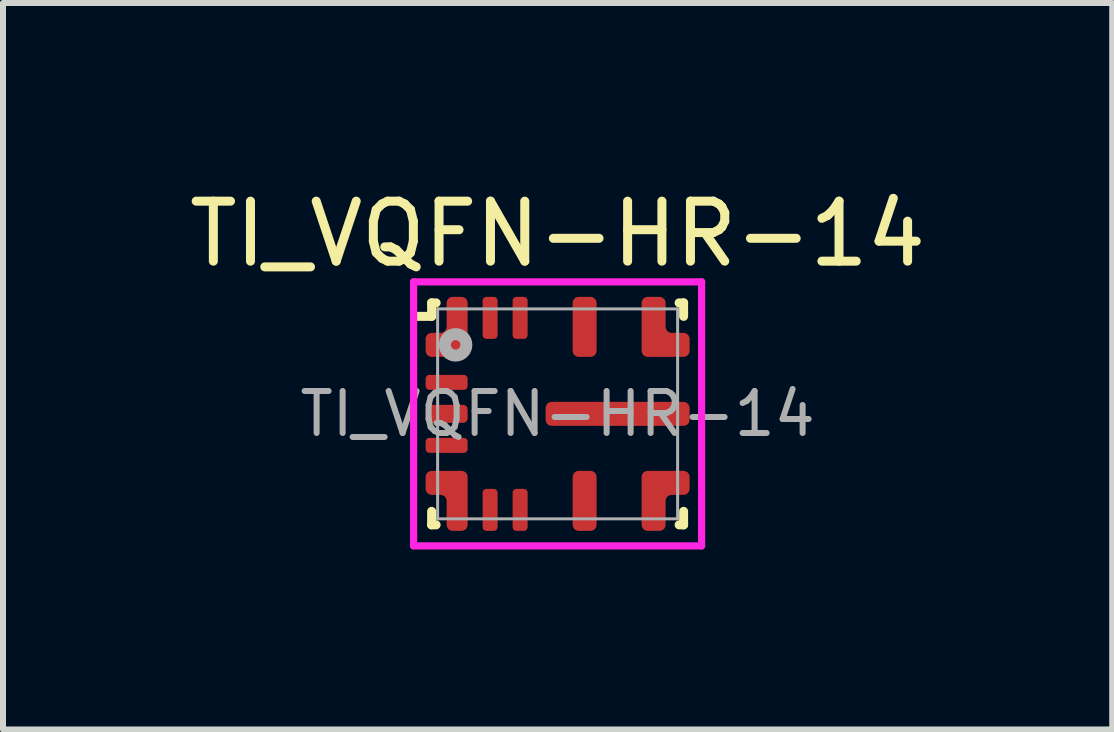
<source format=kicad_pcb>
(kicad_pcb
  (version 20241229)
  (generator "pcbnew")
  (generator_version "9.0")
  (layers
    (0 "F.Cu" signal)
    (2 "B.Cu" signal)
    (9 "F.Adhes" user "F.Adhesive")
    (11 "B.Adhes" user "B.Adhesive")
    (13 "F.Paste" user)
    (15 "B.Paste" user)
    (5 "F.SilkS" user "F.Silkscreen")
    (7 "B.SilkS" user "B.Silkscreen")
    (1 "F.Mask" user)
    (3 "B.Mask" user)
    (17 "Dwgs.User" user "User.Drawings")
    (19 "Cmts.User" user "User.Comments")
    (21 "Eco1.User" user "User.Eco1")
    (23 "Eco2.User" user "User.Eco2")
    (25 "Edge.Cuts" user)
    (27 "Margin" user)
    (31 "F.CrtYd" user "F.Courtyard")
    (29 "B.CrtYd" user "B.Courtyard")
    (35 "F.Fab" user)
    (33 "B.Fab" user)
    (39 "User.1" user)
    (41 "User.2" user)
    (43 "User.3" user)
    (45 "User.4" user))
  (footprint "TI_VQFN-HR-14"
    (layer "F.Cu")
    (at 6.244 3.848)
    (property "Reference" "TI_VQFN-HR-14" (at 0 -3 0) (layer "F.SilkS") (effects (font (size 1 1) (thickness 0.15))))
    (attr smd)
    (fp_line (start -2.375 -1.625) (end -2.1 -1.625) (stroke (width 0.15) (type solid)) (layer "F.SilkS"))
    (fp_line (start -2.1 -1.85) (end -2.1 -1.625) (stroke (width 0.15) (type solid)) (layer "F.SilkS"))
    (fp_line (start -2.1 1.85) (end -2.1 1.625) (stroke (width 0.15) (type solid)) (layer "F.SilkS"))
    (fp_line (start -2.1 1.85) (end -2.025 1.85) (stroke (width 0.15) (type solid)) (layer "F.SilkS"))
    (fp_line (start -2.025 -1.85) (end -2.1 -1.85) (stroke (width 0.15) (type solid)) (layer "F.SilkS"))
    (fp_line (start 2.025 -1.85) (end 2.1 -1.85) (stroke (width 0.15) (type solid)) (layer "F.SilkS"))
    (fp_line (start 2.025 1.85) (end 2.1 1.85) (stroke (width 0.15) (type solid)) (layer "F.SilkS"))
    (fp_line (start 2.1 -1.85) (end 2.1 -1.625) (stroke (width 0.15) (type solid)) (layer "F.SilkS"))
    (fp_line (start 2.1 1.85) (end 2.1 1.625) (stroke (width 0.15) (type solid)) (layer "F.SilkS"))
    (fp_line (start -2.4 -2.2) (end -2.4 2.2) (stroke (width 0.12) (type solid)) (layer "F.CrtYd"))
    (fp_line (start -2.4 2.2) (end 2.4 2.2) (stroke (width 0.12) (type solid)) (layer "F.CrtYd"))
    (fp_line (start 2.4 -2.2) (end -2.4 -2.2) (stroke (width 0.12) (type solid)) (layer "F.CrtYd"))
    (fp_line (start 2.4 2.2) (end 2.4 -2.2) (stroke (width 0.12) (type solid)) (layer "F.CrtYd"))
    (fp_line (start -2 -1.75) (end -2 1.75) (stroke (width 0.05) (type solid)) (layer "F.Fab"))
    (fp_line (start -2 1.75) (end 2 1.75) (stroke (width 0.05) (type solid)) (layer "F.Fab"))
    (fp_line (start 2 -1.75) (end -2 -1.75) (stroke (width 0.05) (type solid)) (layer "F.Fab"))
    (fp_line (start 2 1.75) (end 2 -1.75) (stroke (width 0.05) (type solid)) (layer "F.Fab"))
    (fp_circle (center -1.7 -1.15) (end -1.621 -1.15) (stroke (width 0.2) (type solid)) (fill no) (layer "F.Fab"))
    (fp_text user "${REFERENCE}" (at 0 0 0) (layer "F.Fab") (effects (font (size 0.7 0.7) (thickness 0.1))))
    (pad "" smd custom (at -1.65 -1.45) (size 0.3 0.3) (layers "F.Paste") (options (anchor circle)) (primitives (gr_poly (pts (xy -0.15 -0.4) (xy -0.15 -0.41) (xy -0.14 -0.44) (xy -0.13 -0.46) (xy -0.11 -0.48) (xy -0.09 -0.49) (xy -0.06 -0.5) (xy -0.05 -0.5) (xy 0.1 -0.4)) (width 0) (fill yes)) (gr_poly (pts (xy 0.15 -0.4) (xy -0.15 -0.4) (xy -0.15 0.06) (xy -0.16 0.09) (xy -0.17 0.11) (xy -0.19 0.13) (xy -0.21 0.14) (xy -0.24 0.15) (xy -0.45 0.15) (xy -0.45 0.4) (xy 0.05 0.5)) (width 0) (fill yes)) (gr_poly (pts (xy -0.55 0.4) (xy -0.55 0.24) (xy -0.54 0.21) (xy -0.53 0.19) (xy -0.51 0.17) (xy -0.49 0.16) (xy -0.46 0.15) (xy -0.45 0.15) (xy -0.45 0.45)) (width 0) (fill yes)) (gr_poly (pts (xy 0.15 -0.4) (xy 0.15 0.41) (xy 0.14 0.44) (xy 0.13 0.46) (xy 0.11 0.48) (xy 0.09 0.49) (xy 0.06 0.5) (xy 0.05 0.5) (xy 0.05 0.4)) (width 0) (fill yes)) (gr_poly (pts (xy -0.05 -0.5) (xy 0.06 -0.5) (xy 0.09 -0.49) (xy 0.11 -0.48) (xy 0.13 -0.46) (xy 0.14 -0.44) (xy 0.15 -0.41) (xy 0.15 -0.4) (xy 0.1 -0.4)) (width 0) (fill yes)) (gr_poly (pts (xy 0.05 0.5) (xy -0.46 0.5) (xy -0.49 0.49) (xy -0.51 0.48) (xy -0.53 0.46) (xy -0.54 0.44) (xy -0.55 0.41) (xy -0.55 0.4) (xy -0.45 0.4)) (width 0) (fill yes))))
    (pad "" smd custom (at -1.65 1.45) (size 0.3 0.3) (layers "F.Paste") (options (anchor circle)) (primitives (gr_poly (pts (xy 0.05 0.5) (xy -0.06 0.5) (xy -0.09 0.49) (xy -0.11 0.48) (xy -0.13 0.46) (xy -0.14 0.44) (xy -0.15 0.41) (xy -0.15 -0.05) (xy 0.1 -0.38)) (width 0) (fill yes)) (gr_poly (pts (xy -0.45 -0.5) (xy 0.06 -0.5) (xy 0.09 -0.49) (xy 0.11 -0.48) (xy 0.13 -0.46) (xy 0.14 -0.44) (xy 0.15 -0.41) (xy 0.15 -0.4) (xy -0.45 -0.2)) (width 0) (fill yes)) (gr_poly (pts (xy -0.55 -0.25) (xy -0.55 -0.41) (xy -0.54 -0.44) (xy -0.53 -0.46) (xy -0.51 -0.48) (xy -0.49 -0.49) (xy -0.46 -0.5) (xy -0.45 -0.5) (xy -0.45 -0.2)) (width 0) (fill yes)) (gr_poly (pts (xy -0.22 -0.27) (xy -0.25 -0.15) (xy -0.24 -0.15) (xy -0.21 -0.14) (xy -0.19 -0.13) (xy -0.17 -0.11) (xy -0.16 -0.09) (xy -0.15 -0.06) (xy -0.15 -0.05) (xy -0.04 -0.11) (xy 0.09 -0.4)) (width 0) (fill yes)) (gr_poly (pts (xy 0.15 -0.4) (xy 0.15 0.41) (xy 0.14 0.44) (xy 0.13 0.46) (xy 0.11 0.48) (xy 0.09 0.49) (xy 0.06 0.5) (xy 0.05 0.5) (xy 0.05 -0.4)) (width 0) (fill yes)) (gr_poly (pts (xy -0.25 -0.15) (xy -0.46 -0.15) (xy -0.49 -0.16) (xy -0.51 -0.17) (xy -0.53 -0.19) (xy -0.54 -0.21) (xy -0.55 -0.24) (xy -0.55 -0.25) (xy 0.05 -0.42)) (width 0) (fill yes))))
    (pad "" smd roundrect (at 0.35 0) (size 1.1 0.4) (layers "F.Paste") (roundrect_rratio 0.25))
    (pad "" smd custom (at 1.575 -1.45) (size 0.35 0.35) (layers "F.Paste") (options (anchor circle)) (primitives (gr_poly (pts (xy -0.075 -0.5) (xy 0.085 -0.5) (xy 0.115 -0.49) (xy 0.135 -0.48) (xy 0.155 -0.46) (xy 0.165 -0.44) (xy 0.175 -0.41) (xy 0.175 -0.4) (xy -0.075 -0.4)) (width 0) (fill yes)) (gr_poly (pts (xy 0.625 0.25) (xy 0.625 0.41) (xy 0.615 0.44) (xy 0.605 0.46) (xy 0.585 0.48) (xy 0.565 0.49) (xy 0.535 0.5) (xy 0.525 0.5) (xy 0.525 0.25)) (width 0) (fill yes)) (gr_poly (pts (xy 0.525 0.15) (xy 0.535 0.15) (xy 0.565 0.16) (xy 0.585 0.17) (xy 0.605 0.19) (xy 0.615 0.21) (xy 0.625 0.24) (xy 0.625 0.25) (xy 0.525 0.25)) (width 0) (fill yes)) (gr_poly (pts (xy 0.525 0.5) (xy -0.085 0.5) (xy -0.115 0.49) (xy -0.135 0.48) (xy -0.155 0.46) (xy -0.165 0.44) (xy -0.175 0.41) (xy -0.175 -0.4) (xy -0.075 0.4)) (width 0) (fill yes)) (gr_poly (pts (xy 0.525 0.5) (xy 0.525 0.15) (xy 0.265 0.15) (xy 0.235 0.14) (xy 0.215 0.13) (xy 0.195 0.11) (xy 0.185 0.09) (xy 0.175 0.06) (xy 0.175 -0.4) (xy -0.175 -0.4) (xy -0.125 0.45)) (width 0) (fill yes)) (gr_poly (pts (xy -0.175 -0.4) (xy -0.175 -0.41) (xy -0.165 -0.44) (xy -0.155 -0.46) (xy -0.135 -0.48) (xy -0.115 -0.49) (xy -0.085 -0.5) (xy -0.075 -0.5) (xy -0.075 -0.4)) (width 0) (fill yes))))
    (pad "" smd custom (at 1.575 1.45) (size 0.35 0.35) (layers "F.Paste") (options (anchor circle)) (primitives (gr_poly (pts (xy 0.095 0.37) (xy 0.175 -0.05) (xy 0.175 -0.06) (xy 0.185 -0.09) (xy 0.195 -0.11) (xy 0.215 -0.13) (xy 0.235 -0.14) (xy 0.265 -0.15) (xy 0.275 -0.15) (xy 0.485 -0.45) (xy -0.175 -0.4)) (width 0) (fill yes)) (gr_poly (pts (xy -0.175 -0.4) (xy -0.175 -0.41) (xy -0.165 -0.44) (xy -0.155 -0.46) (xy -0.135 -0.48) (xy -0.115 -0.49) (xy -0.085 -0.5) (xy 0.525 -0.5) (xy -0.075 -0.4)) (width 0) (fill yes)) (gr_poly (pts (xy 0.075 0.5) (xy -0.085 0.5) (xy -0.115 0.49) (xy -0.135 0.48) (xy -0.155 0.46) (xy -0.165 0.44) (xy -0.175 0.41) (xy -0.175 -0.4) (xy 0.125 0.4)) (width 0) (fill yes)) (gr_poly (pts (xy 0.175 -0.06) (xy 0.175 0.41) (xy 0.165 0.44) (xy 0.155 0.46) (xy 0.135 0.48) (xy 0.115 0.49) (xy 0.085 0.5) (xy 0.075 0.5) (xy 0.075 0.4)) (width 0) (fill yes)) (gr_poly (pts (xy 0.625 -0.4) (xy 0.625 -0.24) (xy 0.615 -0.21) (xy 0.605 -0.19) (xy 0.585 -0.17) (xy 0.565 -0.16) (xy 0.535 -0.15) (xy 0.275 -0.15) (xy 0.445 -0.4)) (width 0) (fill yes)) (gr_poly (pts (xy 0.525 -0.5) (xy 0.535 -0.5) (xy 0.565 -0.49) (xy 0.585 -0.48) (xy 0.605 -0.46) (xy 0.615 -0.44) (xy 0.625 -0.41) (xy 0.625 -0.4) (xy -0.075 -0.4)) (width 0) (fill yes))))
    (pad "" smd roundrect (at 1.65 0) (size 1.1 0.4) (layers "F.Paste") (roundrect_rratio 0.25))
    (pad "1" smd custom (at -1.675 -1.45) (size 0.35 0.35) (layers "F.Cu" "F.Mask") (options (anchor circle)) (primitives (gr_poly (pts (xy -0.075 -0.5) (xy 0.085 -0.5) (xy 0.115 -0.49) (xy 0.135 -0.48) (xy 0.155 -0.46) (xy 0.165 -0.44) (xy 0.175 -0.41) (xy 0.175 -0.4) (xy 0.075 -0.4)) (width 0) (fill yes)) (gr_poly (pts (xy -0.525 0.4) (xy -0.525 0.19) (xy -0.515 0.16) (xy -0.505 0.14) (xy -0.485 0.12) (xy -0.465 0.11) (xy -0.435 0.1) (xy -0.425 0.1) (xy -0.425 0.4)) (width 0) (fill yes)) (gr_poly (pts (xy 0.075 0.5) (xy -0.435 0.5) (xy -0.465 0.49) (xy -0.485 0.48) (xy -0.505 0.46) (xy -0.515 0.44) (xy -0.525 0.41) (xy -0.525 0.4) (xy -0.425 0.4)) (width 0) (fill yes)) (gr_poly (pts (xy 0.175 -0.4) (xy 0.175 0.41) (xy 0.165 0.44) (xy 0.155 0.46) (xy 0.135 0.48) (xy 0.115 0.49) (xy 0.085 0.5) (xy 0.075 0.5) (xy 0.075 0.4)) (width 0) (fill yes)) (gr_poly (pts (xy 0.175 -0.4) (xy -0.175 -0.4) (xy -0.175 0.01) (xy -0.185 0.04) (xy -0.195 0.06) (xy -0.215 0.08) (xy -0.235 0.09) (xy -0.265 0.1) (xy -0.425 0.1) (xy -0.425 0.4) (xy 0.075 0.5)) (width 0) (fill yes)) (gr_poly (pts (xy -0.175 -0.4) (xy -0.175 -0.41) (xy -0.165 -0.44) (xy -0.155 -0.46) (xy -0.135 -0.48) (xy -0.115 -0.49) (xy -0.085 -0.5) (xy -0.075 -0.5) (xy 0.075 -0.4)) (width 0) (fill yes))))
    (pad "2" smd roundrect (at -1.85 -0.525 90) (size 0.25 0.7) (layers "F.Cu" "F.Mask" "F.Paste") (roundrect_rratio 0.25))
    (pad "3" smd roundrect (at -1.85 0 90) (size 0.3 0.7) (layers "F.Cu" "F.Mask" "F.Paste") (roundrect_rratio 0.25))
    (pad "4" smd roundrect (at -1.85 0.525 90) (size 0.25 0.7) (layers "F.Cu" "F.Mask" "F.Paste") (roundrect_rratio 0.25))
    (pad "5" smd custom (at -1.675 1.45) (size 0.35 0.35) (layers "F.Cu" "F.Mask") (options (anchor circle)) (primitives (gr_poly (pts (xy -0.275 -0.1) (xy -0.435 -0.1) (xy -0.465 -0.11) (xy -0.485 -0.12) (xy -0.505 -0.14) (xy -0.515 -0.16) (xy -0.525 -0.19) (xy -0.525 -0.2) (xy 0.075 -0.37)) (width 0) (fill yes)) (gr_poly (pts (xy 0.175 -0.4) (xy 0.175 0.41) (xy 0.165 0.44) (xy 0.155 0.46) (xy 0.135 0.48) (xy 0.115 0.49) (xy 0.085 0.5) (xy 0.075 0.5) (xy 0.075 -0.4)) (width 0) (fill yes)) (gr_poly (pts (xy -0.245 -0.22) (xy -0.275 -0.1) (xy -0.265 -0.1) (xy -0.235 -0.09) (xy -0.215 -0.08) (xy -0.195 -0.06) (xy -0.185 -0.04) (xy -0.175 -0.01) (xy -0.175 0) (xy -0.065 -0.06) (xy 0.125 -0.42)) (width 0) (fill yes)) (gr_poly (pts (xy -0.525 -0.2) (xy -0.525 -0.41) (xy -0.515 -0.44) (xy -0.505 -0.46) (xy -0.485 -0.48) (xy -0.465 -0.49) (xy -0.435 -0.5) (xy -0.425 -0.5) (xy -0.425 -0.2)) (width 0) (fill yes)) (gr_poly (pts (xy -0.425 -0.5) (xy 0.085 -0.5) (xy 0.115 -0.49) (xy 0.135 -0.48) (xy 0.155 -0.46) (xy 0.165 -0.44) (xy 0.175 -0.41) (xy 0.175 -0.4) (xy -0.425 -0.2)) (width 0) (fill yes)) (gr_poly (pts (xy 0.075 0.5) (xy -0.085 0.5) (xy -0.115 0.49) (xy -0.135 0.48) (xy -0.155 0.46) (xy -0.165 0.44) (xy -0.175 0.41) (xy -0.175 0) (xy 0.075 -0.38)) (width 0) (fill yes))))
    (pad "6" smd roundrect (at -1.125 1.6 180) (size 0.25 0.7) (layers "F.Cu" "F.Mask" "F.Paste") (roundrect_rratio 0.25))
    (pad "7" smd roundrect (at -0.625 1.6 180) (size 0.25 0.7) (layers "F.Cu" "F.Mask" "F.Paste") (roundrect_rratio 0.25))
    (pad "8" smd roundrect (at 0.45 1.45 180) (size 0.4 1) (layers "F.Cu" "F.Mask" "F.Paste") (roundrect_rratio 0.25))
    (pad "9" smd custom (at 1.6 1.45) (size 0.4 0.4) (layers "F.Cu" "F.Mask") (options (anchor circle)) (primitives (gr_poly (pts (xy 0.1 0.5) (xy -0.11 0.5) (xy -0.14 0.49) (xy -0.16 0.48) (xy -0.18 0.46) (xy -0.19 0.44) (xy -0.2 0.41) (xy -0.2 -0.4) (xy 0.1 0.4)) (width 0) (fill yes)) (gr_poly (pts (xy 0.2 0) (xy 0.2 0.41) (xy 0.19 0.44) (xy 0.18 0.46) (xy 0.16 0.48) (xy 0.14 0.49) (xy 0.11 0.5) (xy 0.1 0.5) (xy 0.1 0.4)) (width 0) (fill yes)) (gr_poly (pts (xy -0.2 -0.4) (xy -0.2 -0.41) (xy -0.19 -0.44) (xy -0.18 -0.46) (xy -0.16 -0.48) (xy -0.14 -0.49) (xy -0.11 -0.5) (xy 0.5 -0.5) (xy -0.1 -0.4)) (width 0) (fill yes)) (gr_poly (pts (xy 0.1 0.4) (xy 0.2 0) (xy 0.2 -0.01) (xy 0.21 -0.04) (xy 0.22 -0.06) (xy 0.24 -0.08) (xy 0.26 -0.09) (xy 0.29 -0.1) (xy 0.3 -0.1) (xy 0.5 -0.4) (xy -0.2 -0.4)) (width 0) (fill yes)) (gr_poly (pts (xy 0.5 -0.5) (xy 0.51 -0.5) (xy 0.54 -0.49) (xy 0.56 -0.48) (xy 0.58 -0.46) (xy 0.59 -0.44) (xy 0.6 -0.41) (xy 0.6 -0.4) (xy -0.1 -0.4)) (width 0) (fill yes)) (gr_poly (pts (xy 0.6 -0.4) (xy 0.6 -0.19) (xy 0.59 -0.16) (xy 0.58 -0.14) (xy 0.56 -0.12) (xy 0.54 -0.11) (xy 0.51 -0.1) (xy 0.3 -0.1) (xy 0.5 -0.4)) (width 0) (fill yes))))
    (pad "10" smd roundrect (at 1 0) (size 2.4 0.4) (layers "F.Cu" "F.Mask") (roundrect_rratio 0.25))
    (pad "11" smd custom (at 1.6 -1.45) (size 0.4 0.4) (layers "F.Cu" "F.Mask") (options (anchor circle)) (primitives (gr_poly (pts (xy 0.5 0.5) (xy 0.5 0.1) (xy 0.29 0.1) (xy 0.26 0.09) (xy 0.24 0.08) (xy 0.22 0.06) (xy 0.21 0.04) (xy 0.2 0.01) (xy 0.2 -0.4) (xy -0.2 -0.4) (xy -0.1 0.4)) (width 0) (fill yes)) (gr_poly (pts (xy 0.5 0.5) (xy -0.11 0.5) (xy -0.14 0.49) (xy -0.16 0.48) (xy -0.18 0.46) (xy -0.19 0.44) (xy -0.2 0.41) (xy -0.2 -0.4) (xy -0.1 0.4)) (width 0) (fill yes)) (gr_poly (pts (xy 0.6 0.2) (xy 0.6 0.41) (xy 0.59 0.44) (xy 0.58 0.46) (xy 0.56 0.48) (xy 0.54 0.49) (xy 0.51 0.5) (xy 0.5 0.5) (xy 0.5 0.2)) (width 0) (fill yes)) (gr_poly (pts (xy -0.1 -0.5) (xy 0.11 -0.5) (xy 0.14 -0.49) (xy 0.16 -0.48) (xy 0.18 -0.46) (xy 0.19 -0.44) (xy 0.2 -0.41) (xy 0.2 -0.4) (xy -0.1 -0.4)) (width 0) (fill yes)) (gr_poly (pts (xy 0.5 0.1) (xy 0.51 0.1) (xy 0.54 0.11) (xy 0.56 0.12) (xy 0.58 0.14) (xy 0.59 0.16) (xy 0.6 0.19) (xy 0.6 0.2) (xy 0.5 0.2)) (width 0) (fill yes)) (gr_poly (pts (xy -0.2 -0.4) (xy -0.2 -0.41) (xy -0.19 -0.44) (xy -0.18 -0.46) (xy -0.16 -0.48) (xy -0.14 -0.49) (xy -0.11 -0.5) (xy -0.1 -0.5) (xy -0.1 -0.4)) (width 0) (fill yes))))
    (pad "12" smd roundrect (at 0.45 -1.45 180) (size 0.4 1) (layers "F.Cu" "F.Mask" "F.Paste") (roundrect_rratio 0.25))
    (pad "13" smd roundrect (at -0.625 -1.6 180) (size 0.25 0.7) (layers "F.Cu" "F.Mask" "F.Paste") (roundrect_rratio 0.25))
    (pad "14" smd roundrect (at -1.125 -1.6 180) (size 0.25 0.7) (layers "F.Cu" "F.Mask" "F.Paste") (roundrect_rratio 0.25)))
  (gr_rect
    (start -3 -3)
    (end 15.488 9.108)
    (stroke (width 0.1) (type default))
    (fill no)
    (layer "Edge.Cuts")))
</source>
